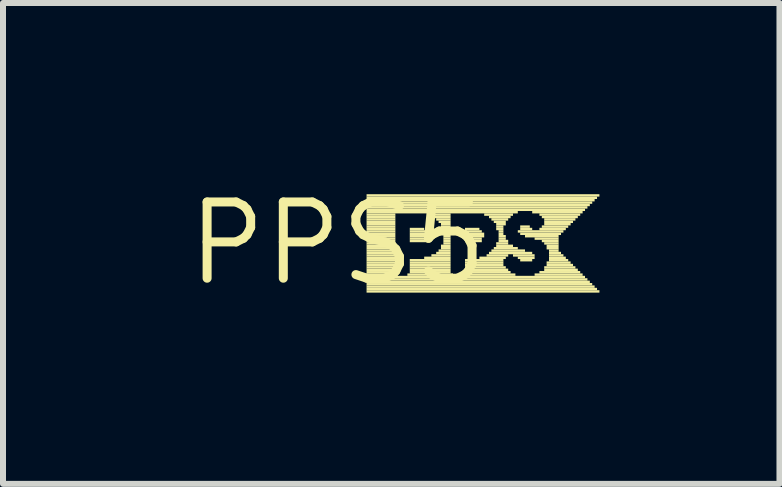
<source format=kicad_pcb>
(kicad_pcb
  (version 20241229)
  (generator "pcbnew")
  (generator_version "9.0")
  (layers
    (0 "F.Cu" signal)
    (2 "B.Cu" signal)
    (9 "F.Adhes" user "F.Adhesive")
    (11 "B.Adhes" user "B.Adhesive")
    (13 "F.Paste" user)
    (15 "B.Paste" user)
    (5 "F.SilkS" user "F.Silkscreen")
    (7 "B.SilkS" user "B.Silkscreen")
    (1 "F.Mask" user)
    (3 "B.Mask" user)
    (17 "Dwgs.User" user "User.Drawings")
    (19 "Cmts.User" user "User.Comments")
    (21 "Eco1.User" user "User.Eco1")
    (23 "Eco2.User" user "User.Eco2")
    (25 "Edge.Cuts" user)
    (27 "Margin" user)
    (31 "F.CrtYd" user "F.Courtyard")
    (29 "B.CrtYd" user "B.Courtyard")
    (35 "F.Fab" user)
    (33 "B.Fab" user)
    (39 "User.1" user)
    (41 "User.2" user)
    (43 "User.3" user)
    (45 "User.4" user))
  (footprint "PPS5"
    (layer "F.Cu")
    (at 2.578 1.006)
    (property "Reference" "PPS5" (at 0 0 0) (layer "F.SilkS") (effects (font (size 1.27 1.27) (thickness 0.15))))
    (fp_poly (pts (xy 0.48 -0.78) (xy 4.36 -0.78) (xy 4.36 -0.82) (xy 0.48 -0.82)) (stroke (width 0) (type solid)) (fill yes) (layer "F.SilkS"))
    (fp_poly (pts (xy 0.48 -0.74) (xy 4.32 -0.74) (xy 4.32 -0.78) (xy 0.48 -0.78)) (stroke (width 0) (type solid)) (fill yes) (layer "F.SilkS"))
    (fp_poly (pts (xy 0.48 -0.7) (xy 4.28 -0.7) (xy 4.28 -0.74) (xy 0.48 -0.74)) (stroke (width 0) (type solid)) (fill yes) (layer "F.SilkS"))
    (fp_poly (pts (xy 0.48 -0.66) (xy 4.24 -0.66) (xy 4.24 -0.7) (xy 0.48 -0.7)) (stroke (width 0) (type solid)) (fill yes) (layer "F.SilkS"))
    (fp_poly (pts (xy 0.48 -0.62) (xy 4.2 -0.62) (xy 4.2 -0.66) (xy 0.48 -0.66)) (stroke (width 0) (type solid)) (fill yes) (layer "F.SilkS"))
    (fp_poly (pts (xy 0.48 -0.58) (xy 4.16 -0.58) (xy 4.16 -0.62) (xy 0.48 -0.62)) (stroke (width 0) (type solid)) (fill yes) (layer "F.SilkS"))
    (fp_poly (pts (xy 0.48 -0.54) (xy 4.12 -0.54) (xy 4.12 -0.58) (xy 0.48 -0.58)) (stroke (width 0) (type solid)) (fill yes) (layer "F.SilkS"))
    (fp_poly (pts (xy 0.48 -0.5) (xy 3 -0.5) (xy 3 -0.54) (xy 0.48 -0.54)) (stroke (width 0) (type solid)) (fill yes) (layer "F.SilkS"))
    (fp_poly (pts (xy 0.48 -0.46) (xy 0.96 -0.46) (xy 0.96 -0.5) (xy 0.48 -0.5)) (stroke (width 0) (type solid)) (fill yes) (layer "F.SilkS"))
    (fp_poly (pts (xy 0.48 -0.42) (xy 0.96 -0.42) (xy 0.96 -0.46) (xy 0.48 -0.46)) (stroke (width 0) (type solid)) (fill yes) (layer "F.SilkS"))
    (fp_poly (pts (xy 0.48 -0.38) (xy 0.96 -0.38) (xy 0.96 -0.42) (xy 0.48 -0.42)) (stroke (width 0) (type solid)) (fill yes) (layer "F.SilkS"))
    (fp_poly (pts (xy 0.48 -0.34) (xy 0.96 -0.34) (xy 0.96 -0.38) (xy 0.48 -0.38)) (stroke (width 0) (type solid)) (fill yes) (layer "F.SilkS"))
    (fp_poly (pts (xy 0.48 -0.3) (xy 0.96 -0.3) (xy 0.96 -0.34) (xy 0.48 -0.34)) (stroke (width 0) (type solid)) (fill yes) (layer "F.SilkS"))
    (fp_poly (pts (xy 0.48 -0.26) (xy 0.96 -0.26) (xy 0.96 -0.3) (xy 0.48 -0.3)) (stroke (width 0) (type solid)) (fill yes) (layer "F.SilkS"))
    (fp_poly (pts (xy 0.48 -0.22) (xy 0.96 -0.22) (xy 0.96 -0.26) (xy 0.48 -0.26)) (stroke (width 0) (type solid)) (fill yes) (layer "F.SilkS"))
    (fp_poly (pts (xy 0.48 -0.18) (xy 0.96 -0.18) (xy 0.96 -0.22) (xy 0.48 -0.22)) (stroke (width 0) (type solid)) (fill yes) (layer "F.SilkS"))
    (fp_poly (pts (xy 0.48 -0.14) (xy 0.96 -0.14) (xy 0.96 -0.18) (xy 0.48 -0.18)) (stroke (width 0) (type solid)) (fill yes) (layer "F.SilkS"))
    (fp_poly (pts (xy 0.48 -0.1) (xy 0.96 -0.1) (xy 0.96 -0.14) (xy 0.48 -0.14)) (stroke (width 0) (type solid)) (fill yes) (layer "F.SilkS"))
    (fp_poly (pts (xy 0.48 -0.06) (xy 0.96 -0.06) (xy 0.96 -0.1) (xy 0.48 -0.1)) (stroke (width 0) (type solid)) (fill yes) (layer "F.SilkS"))
    (fp_poly (pts (xy 0.48 -0.02) (xy 0.96 -0.02) (xy 0.96 -0.06) (xy 0.48 -0.06)) (stroke (width 0) (type solid)) (fill yes) (layer "F.SilkS"))
    (fp_poly (pts (xy 0.48 0.02) (xy 0.96 0.02) (xy 0.96 -0.02) (xy 0.48 -0.02)) (stroke (width 0) (type solid)) (fill yes) (layer "F.SilkS"))
    (fp_poly (pts (xy 0.48 0.06) (xy 0.96 0.06) (xy 0.96 0.02) (xy 0.48 0.02)) (stroke (width 0) (type solid)) (fill yes) (layer "F.SilkS"))
    (fp_poly (pts (xy 0.48 0.1) (xy 0.96 0.1) (xy 0.96 0.06) (xy 0.48 0.06)) (stroke (width 0) (type solid)) (fill yes) (layer "F.SilkS"))
    (fp_poly (pts (xy 0.48 0.14) (xy 0.96 0.14) (xy 0.96 0.1) (xy 0.48 0.1)) (stroke (width 0) (type solid)) (fill yes) (layer "F.SilkS"))
    (fp_poly (pts (xy 0.48 0.18) (xy 0.96 0.18) (xy 0.96 0.14) (xy 0.48 0.14)) (stroke (width 0) (type solid)) (fill yes) (layer "F.SilkS"))
    (fp_poly (pts (xy 0.48 0.22) (xy 0.96 0.22) (xy 0.96 0.18) (xy 0.48 0.18)) (stroke (width 0) (type solid)) (fill yes) (layer "F.SilkS"))
    (fp_poly (pts (xy 0.48 0.26) (xy 0.96 0.26) (xy 0.96 0.22) (xy 0.48 0.22)) (stroke (width 0) (type solid)) (fill yes) (layer "F.SilkS"))
    (fp_poly (pts (xy 0.48 0.3) (xy 0.96 0.3) (xy 0.96 0.26) (xy 0.48 0.26)) (stroke (width 0) (type solid)) (fill yes) (layer "F.SilkS"))
    (fp_poly (pts (xy 0.48 0.34) (xy 0.96 0.34) (xy 0.96 0.3) (xy 0.48 0.3)) (stroke (width 0) (type solid)) (fill yes) (layer "F.SilkS"))
    (fp_poly (pts (xy 0.48 0.38) (xy 0.96 0.38) (xy 0.96 0.34) (xy 0.48 0.34)) (stroke (width 0) (type solid)) (fill yes) (layer "F.SilkS"))
    (fp_poly (pts (xy 0.48 0.42) (xy 0.96 0.42) (xy 0.96 0.38) (xy 0.48 0.38)) (stroke (width 0) (type solid)) (fill yes) (layer "F.SilkS"))
    (fp_poly (pts (xy 0.48 0.46) (xy 0.96 0.46) (xy 0.96 0.42) (xy 0.48 0.42)) (stroke (width 0) (type solid)) (fill yes) (layer "F.SilkS"))
    (fp_poly (pts (xy 0.48 0.5) (xy 0.96 0.5) (xy 0.96 0.46) (xy 0.48 0.46)) (stroke (width 0) (type solid)) (fill yes) (layer "F.SilkS"))
    (fp_poly (pts (xy 0.48 0.54) (xy 1 0.54) (xy 1 0.5) (xy 0.48 0.5)) (stroke (width 0) (type solid)) (fill yes) (layer "F.SilkS"))
    (fp_poly (pts (xy 0.48 0.58) (xy 4.12 0.58) (xy 4.12 0.54) (xy 0.48 0.54)) (stroke (width 0) (type solid)) (fill yes) (layer "F.SilkS"))
    (fp_poly (pts (xy 0.48 0.62) (xy 4.16 0.62) (xy 4.16 0.58) (xy 0.48 0.58)) (stroke (width 0) (type solid)) (fill yes) (layer "F.SilkS"))
    (fp_poly (pts (xy 0.48 0.66) (xy 4.2 0.66) (xy 4.2 0.62) (xy 0.48 0.62)) (stroke (width 0) (type solid)) (fill yes) (layer "F.SilkS"))
    (fp_poly (pts (xy 0.48 0.7) (xy 4.24 0.7) (xy 4.24 0.66) (xy 0.48 0.66)) (stroke (width 0) (type solid)) (fill yes) (layer "F.SilkS"))
    (fp_poly (pts (xy 0.48 0.74) (xy 4.28 0.74) (xy 4.28 0.7) (xy 0.48 0.7)) (stroke (width 0) (type solid)) (fill yes) (layer "F.SilkS"))
    (fp_poly (pts (xy 0.48 0.78) (xy 4.32 0.78) (xy 4.32 0.74) (xy 0.48 0.74)) (stroke (width 0) (type solid)) (fill yes) (layer "F.SilkS"))
    (fp_poly (pts (xy 0.48 0.82) (xy 4.36 0.82) (xy 4.36 0.78) (xy 0.48 0.78)) (stroke (width 0) (type solid)) (fill yes) (layer "F.SilkS"))
    (fp_poly (pts (xy 1.16 0.54) (xy 1.92 0.54) (xy 1.92 0.5) (xy 1.16 0.5)) (stroke (width 0) (type solid)) (fill yes) (layer "F.SilkS"))
    (fp_poly (pts (xy 1.2 -0.22) (xy 1.44 -0.22) (xy 1.44 -0.26) (xy 1.2 -0.26)) (stroke (width 0) (type solid)) (fill yes) (layer "F.SilkS"))
    (fp_poly (pts (xy 1.2 -0.18) (xy 1.52 -0.18) (xy 1.52 -0.22) (xy 1.2 -0.22)) (stroke (width 0) (type solid)) (fill yes) (layer "F.SilkS"))
    (fp_poly (pts (xy 1.2 -0.14) (xy 1.52 -0.14) (xy 1.52 -0.18) (xy 1.2 -0.18)) (stroke (width 0) (type solid)) (fill yes) (layer "F.SilkS"))
    (fp_poly (pts (xy 1.2 -0.1) (xy 1.52 -0.1) (xy 1.52 -0.14) (xy 1.2 -0.14)) (stroke (width 0) (type solid)) (fill yes) (layer "F.SilkS"))
    (fp_poly (pts (xy 1.2 -0.06) (xy 1.52 -0.06) (xy 1.52 -0.1) (xy 1.2 -0.1)) (stroke (width 0) (type solid)) (fill yes) (layer "F.SilkS"))
    (fp_poly (pts (xy 1.2 -0.02) (xy 1.48 -0.02) (xy 1.48 -0.06) (xy 1.2 -0.06)) (stroke (width 0) (type solid)) (fill yes) (layer "F.SilkS"))
    (fp_poly (pts (xy 1.2 0.3) (xy 1.88 0.3) (xy 1.88 0.26) (xy 1.2 0.26)) (stroke (width 0) (type solid)) (fill yes) (layer "F.SilkS"))
    (fp_poly (pts (xy 1.2 0.34) (xy 1.88 0.34) (xy 1.88 0.3) (xy 1.2 0.3)) (stroke (width 0) (type solid)) (fill yes) (layer "F.SilkS"))
    (fp_poly (pts (xy 1.2 0.38) (xy 1.88 0.38) (xy 1.88 0.34) (xy 1.2 0.34)) (stroke (width 0) (type solid)) (fill yes) (layer "F.SilkS"))
    (fp_poly (pts (xy 1.2 0.42) (xy 1.88 0.42) (xy 1.88 0.38) (xy 1.2 0.38)) (stroke (width 0) (type solid)) (fill yes) (layer "F.SilkS"))
    (fp_poly (pts (xy 1.2 0.46) (xy 1.88 0.46) (xy 1.88 0.42) (xy 1.2 0.42)) (stroke (width 0) (type solid)) (fill yes) (layer "F.SilkS"))
    (fp_poly (pts (xy 1.2 0.5) (xy 1.88 0.5) (xy 1.88 0.46) (xy 1.2 0.46)) (stroke (width 0) (type solid)) (fill yes) (layer "F.SilkS"))
    (fp_poly (pts (xy 1.44 0.26) (xy 1.88 0.26) (xy 1.88 0.22) (xy 1.44 0.22)) (stroke (width 0) (type solid)) (fill yes) (layer "F.SilkS"))
    (fp_poly (pts (xy 1.52 -0.46) (xy 1.88 -0.46) (xy 1.88 -0.5) (xy 1.52 -0.5)) (stroke (width 0) (type solid)) (fill yes) (layer "F.SilkS"))
    (fp_poly (pts (xy 1.56 0.22) (xy 1.88 0.22) (xy 1.88 0.18) (xy 1.56 0.18)) (stroke (width 0) (type solid)) (fill yes) (layer "F.SilkS"))
    (fp_poly (pts (xy 1.6 -0.42) (xy 1.88 -0.42) (xy 1.88 -0.46) (xy 1.6 -0.46)) (stroke (width 0) (type solid)) (fill yes) (layer "F.SilkS"))
    (fp_poly (pts (xy 1.64 -0.38) (xy 1.88 -0.38) (xy 1.88 -0.42) (xy 1.64 -0.42)) (stroke (width 0) (type solid)) (fill yes) (layer "F.SilkS"))
    (fp_poly (pts (xy 1.64 0.18) (xy 1.88 0.18) (xy 1.88 0.14) (xy 1.64 0.14)) (stroke (width 0) (type solid)) (fill yes) (layer "F.SilkS"))
    (fp_poly (pts (xy 1.68 -0.34) (xy 1.88 -0.34) (xy 1.88 -0.38) (xy 1.68 -0.38)) (stroke (width 0) (type solid)) (fill yes) (layer "F.SilkS"))
    (fp_poly (pts (xy 1.68 0.14) (xy 1.88 0.14) (xy 1.88 0.1) (xy 1.68 0.1)) (stroke (width 0) (type solid)) (fill yes) (layer "F.SilkS"))
    (fp_poly (pts (xy 1.72 -0.3) (xy 1.88 -0.3) (xy 1.88 -0.34) (xy 1.72 -0.34)) (stroke (width 0) (type solid)) (fill yes) (layer "F.SilkS"))
    (fp_poly (pts (xy 1.72 -0.26) (xy 1.88 -0.26) (xy 1.88 -0.3) (xy 1.72 -0.3)) (stroke (width 0) (type solid)) (fill yes) (layer "F.SilkS"))
    (fp_poly (pts (xy 1.72 0.06) (xy 1.88 0.06) (xy 1.88 0.02) (xy 1.72 0.02)) (stroke (width 0) (type solid)) (fill yes) (layer "F.SilkS"))
    (fp_poly (pts (xy 1.72 0.1) (xy 1.88 0.1) (xy 1.88 0.06) (xy 1.72 0.06)) (stroke (width 0) (type solid)) (fill yes) (layer "F.SilkS"))
    (fp_poly (pts (xy 1.76 -0.22) (xy 1.88 -0.22) (xy 1.88 -0.26) (xy 1.76 -0.26)) (stroke (width 0) (type solid)) (fill yes) (layer "F.SilkS"))
    (fp_poly (pts (xy 1.76 -0.18) (xy 1.88 -0.18) (xy 1.88 -0.22) (xy 1.76 -0.22)) (stroke (width 0) (type solid)) (fill yes) (layer "F.SilkS"))
    (fp_poly (pts (xy 1.76 -0.14) (xy 1.88 -0.14) (xy 1.88 -0.18) (xy 1.76 -0.18)) (stroke (width 0) (type solid)) (fill yes) (layer "F.SilkS"))
    (fp_poly (pts (xy 1.76 -0.1) (xy 1.88 -0.1) (xy 1.88 -0.14) (xy 1.76 -0.14)) (stroke (width 0) (type solid)) (fill yes) (layer "F.SilkS"))
    (fp_poly (pts (xy 1.76 -0.06) (xy 1.88 -0.06) (xy 1.88 -0.1) (xy 1.76 -0.1)) (stroke (width 0) (type solid)) (fill yes) (layer "F.SilkS"))
    (fp_poly (pts (xy 1.76 -0.02) (xy 1.88 -0.02) (xy 1.88 -0.06) (xy 1.76 -0.06)) (stroke (width 0) (type solid)) (fill yes) (layer "F.SilkS"))
    (fp_poly (pts (xy 1.76 0.02) (xy 1.88 0.02) (xy 1.88 -0.02) (xy 1.76 -0.02)) (stroke (width 0) (type solid)) (fill yes) (layer "F.SilkS"))
    (fp_poly (pts (xy 2.08 0.54) (xy 2.96 0.54) (xy 2.96 0.5) (xy 2.08 0.5)) (stroke (width 0) (type solid)) (fill yes) (layer "F.SilkS"))
    (fp_poly (pts (xy 2.12 -0.22) (xy 2.36 -0.22) (xy 2.36 -0.26) (xy 2.12 -0.26)) (stroke (width 0) (type solid)) (fill yes) (layer "F.SilkS"))
    (fp_poly (pts (xy 2.12 -0.18) (xy 2.4 -0.18) (xy 2.4 -0.22) (xy 2.12 -0.22)) (stroke (width 0) (type solid)) (fill yes) (layer "F.SilkS"))
    (fp_poly (pts (xy 2.12 -0.14) (xy 2.44 -0.14) (xy 2.44 -0.18) (xy 2.12 -0.18)) (stroke (width 0) (type solid)) (fill yes) (layer "F.SilkS"))
    (fp_poly (pts (xy 2.12 -0.1) (xy 2.44 -0.1) (xy 2.44 -0.14) (xy 2.12 -0.14)) (stroke (width 0) (type solid)) (fill yes) (layer "F.SilkS"))
    (fp_poly (pts (xy 2.12 -0.06) (xy 2.4 -0.06) (xy 2.4 -0.1) (xy 2.12 -0.1)) (stroke (width 0) (type solid)) (fill yes) (layer "F.SilkS"))
    (fp_poly (pts (xy 2.12 -0.02) (xy 2.4 -0.02) (xy 2.4 -0.06) (xy 2.12 -0.06)) (stroke (width 0) (type solid)) (fill yes) (layer "F.SilkS"))
    (fp_poly (pts (xy 2.12 0.3) (xy 2.76 0.3) (xy 2.76 0.26) (xy 2.12 0.26)) (stroke (width 0) (type solid)) (fill yes) (layer "F.SilkS"))
    (fp_poly (pts (xy 2.12 0.34) (xy 2.76 0.34) (xy 2.76 0.3) (xy 2.12 0.3)) (stroke (width 0) (type solid)) (fill yes) (layer "F.SilkS"))
    (fp_poly (pts (xy 2.12 0.38) (xy 2.76 0.38) (xy 2.76 0.34) (xy 2.12 0.34)) (stroke (width 0) (type solid)) (fill yes) (layer "F.SilkS"))
    (fp_poly (pts (xy 2.12 0.42) (xy 2.8 0.42) (xy 2.8 0.38) (xy 2.12 0.38)) (stroke (width 0) (type solid)) (fill yes) (layer "F.SilkS"))
    (fp_poly (pts (xy 2.12 0.46) (xy 2.84 0.46) (xy 2.84 0.42) (xy 2.12 0.42)) (stroke (width 0) (type solid)) (fill yes) (layer "F.SilkS"))
    (fp_poly (pts (xy 2.12 0.5) (xy 2.88 0.5) (xy 2.88 0.46) (xy 2.12 0.46)) (stroke (width 0) (type solid)) (fill yes) (layer "F.SilkS"))
    (fp_poly (pts (xy 2.36 0.26) (xy 2.8 0.26) (xy 2.8 0.22) (xy 2.36 0.22)) (stroke (width 0) (type solid)) (fill yes) (layer "F.SilkS"))
    (fp_poly (pts (xy 2.44 -0.46) (xy 2.92 -0.46) (xy 2.92 -0.5) (xy 2.44 -0.5)) (stroke (width 0) (type solid)) (fill yes) (layer "F.SilkS"))
    (fp_poly (pts (xy 2.48 0.22) (xy 2.84 0.22) (xy 2.84 0.18) (xy 2.48 0.18)) (stroke (width 0) (type solid)) (fill yes) (layer "F.SilkS"))
    (fp_poly (pts (xy 2.52 -0.42) (xy 2.88 -0.42) (xy 2.88 -0.46) (xy 2.52 -0.46)) (stroke (width 0) (type solid)) (fill yes) (layer "F.SilkS"))
    (fp_poly (pts (xy 2.52 0.18) (xy 3.24 0.18) (xy 3.24 0.14) (xy 2.52 0.14)) (stroke (width 0) (type solid)) (fill yes) (layer "F.SilkS"))
    (fp_poly (pts (xy 2.56 -0.38) (xy 2.84 -0.38) (xy 2.84 -0.42) (xy 2.56 -0.42)) (stroke (width 0) (type solid)) (fill yes) (layer "F.SilkS"))
    (fp_poly (pts (xy 2.56 0.14) (xy 3.12 0.14) (xy 3.12 0.1) (xy 2.56 0.1)) (stroke (width 0) (type solid)) (fill yes) (layer "F.SilkS"))
    (fp_poly (pts (xy 2.6 -0.34) (xy 2.8 -0.34) (xy 2.8 -0.38) (xy 2.6 -0.38)) (stroke (width 0) (type solid)) (fill yes) (layer "F.SilkS"))
    (fp_poly (pts (xy 2.6 0.1) (xy 3 0.1) (xy 3 0.06) (xy 2.6 0.06)) (stroke (width 0) (type solid)) (fill yes) (layer "F.SilkS"))
    (fp_poly (pts (xy 2.64 -0.3) (xy 2.8 -0.3) (xy 2.8 -0.34) (xy 2.64 -0.34)) (stroke (width 0) (type solid)) (fill yes) (layer "F.SilkS"))
    (fp_poly (pts (xy 2.64 -0.26) (xy 2.76 -0.26) (xy 2.76 -0.3) (xy 2.64 -0.3)) (stroke (width 0) (type solid)) (fill yes) (layer "F.SilkS"))
    (fp_poly (pts (xy 2.64 -0.22) (xy 2.76 -0.22) (xy 2.76 -0.26) (xy 2.64 -0.26)) (stroke (width 0) (type solid)) (fill yes) (layer "F.SilkS"))
    (fp_poly (pts (xy 2.64 0.02) (xy 2.84 0.02) (xy 2.84 -0.02) (xy 2.64 -0.02)) (stroke (width 0) (type solid)) (fill yes) (layer "F.SilkS"))
    (fp_poly (pts (xy 2.64 0.06) (xy 2.92 0.06) (xy 2.92 0.02) (xy 2.64 0.02)) (stroke (width 0) (type solid)) (fill yes) (layer "F.SilkS"))
    (fp_poly (pts (xy 2.68 -0.18) (xy 2.76 -0.18) (xy 2.76 -0.22) (xy 2.68 -0.22)) (stroke (width 0) (type solid)) (fill yes) (layer "F.SilkS"))
    (fp_poly (pts (xy 2.68 -0.14) (xy 2.76 -0.14) (xy 2.76 -0.18) (xy 2.68 -0.18)) (stroke (width 0) (type solid)) (fill yes) (layer "F.SilkS"))
    (fp_poly (pts (xy 2.68 -0.1) (xy 2.8 -0.1) (xy 2.8 -0.14) (xy 2.68 -0.14)) (stroke (width 0) (type solid)) (fill yes) (layer "F.SilkS"))
    (fp_poly (pts (xy 2.68 -0.06) (xy 2.8 -0.06) (xy 2.8 -0.1) (xy 2.68 -0.1)) (stroke (width 0) (type solid)) (fill yes) (layer "F.SilkS"))
    (fp_poly (pts (xy 2.68 -0.02) (xy 2.84 -0.02) (xy 2.84 -0.06) (xy 2.68 -0.06)) (stroke (width 0) (type solid)) (fill yes) (layer "F.SilkS"))
    (fp_poly (pts (xy 2.92 0.22) (xy 3.28 0.22) (xy 3.28 0.18) (xy 2.92 0.18)) (stroke (width 0) (type solid)) (fill yes) (layer "F.SilkS"))
    (fp_poly (pts (xy 3 -0.18) (xy 3.76 -0.18) (xy 3.76 -0.22) (xy 3 -0.22)) (stroke (width 0) (type solid)) (fill yes) (layer "F.SilkS"))
    (fp_poly (pts (xy 3 0.26) (xy 3.28 0.26) (xy 3.28 0.22) (xy 3 0.22)) (stroke (width 0) (type solid)) (fill yes) (layer "F.SilkS"))
    (fp_poly (pts (xy 3.04 -0.26) (xy 3.2 -0.26) (xy 3.2 -0.3) (xy 3.04 -0.3)) (stroke (width 0) (type solid)) (fill yes) (layer "F.SilkS"))
    (fp_poly (pts (xy 3.04 -0.22) (xy 3.24 -0.22) (xy 3.24 -0.26) (xy 3.04 -0.26)) (stroke (width 0) (type solid)) (fill yes) (layer "F.SilkS"))
    (fp_poly (pts (xy 3.04 -0.14) (xy 3.72 -0.14) (xy 3.72 -0.18) (xy 3.04 -0.18)) (stroke (width 0) (type solid)) (fill yes) (layer "F.SilkS"))
    (fp_poly (pts (xy 3.04 0.3) (xy 3.24 0.3) (xy 3.24 0.26) (xy 3.04 0.26)) (stroke (width 0) (type solid)) (fill yes) (layer "F.SilkS"))
    (fp_poly (pts (xy 3.12 -0.1) (xy 3.68 -0.1) (xy 3.68 -0.14) (xy 3.12 -0.14)) (stroke (width 0) (type solid)) (fill yes) (layer "F.SilkS"))
    (fp_poly (pts (xy 3.24 -0.5) (xy 4.08 -0.5) (xy 4.08 -0.54) (xy 3.24 -0.54)) (stroke (width 0) (type solid)) (fill yes) (layer "F.SilkS"))
    (fp_poly (pts (xy 3.28 -0.06) (xy 3.68 -0.06) (xy 3.68 -0.1) (xy 3.28 -0.1)) (stroke (width 0) (type solid)) (fill yes) (layer "F.SilkS"))
    (fp_poly (pts (xy 3.28 0.54) (xy 4.08 0.54) (xy 4.08 0.5) (xy 3.28 0.5)) (stroke (width 0) (type solid)) (fill yes) (layer "F.SilkS"))
    (fp_poly (pts (xy 3.36 -0.46) (xy 4.04 -0.46) (xy 4.04 -0.5) (xy 3.36 -0.5)) (stroke (width 0) (type solid)) (fill yes) (layer "F.SilkS"))
    (fp_poly (pts (xy 3.36 -0.22) (xy 3.8 -0.22) (xy 3.8 -0.26) (xy 3.36 -0.26)) (stroke (width 0) (type solid)) (fill yes) (layer "F.SilkS"))
    (fp_poly (pts (xy 3.36 0.5) (xy 4.04 0.5) (xy 4.04 0.46) (xy 3.36 0.46)) (stroke (width 0) (type solid)) (fill yes) (layer "F.SilkS"))
    (fp_poly (pts (xy 3.4 -0.42) (xy 4 -0.42) (xy 4 -0.46) (xy 3.4 -0.46)) (stroke (width 0) (type solid)) (fill yes) (layer "F.SilkS"))
    (fp_poly (pts (xy 3.4 -0.26) (xy 3.84 -0.26) (xy 3.84 -0.3) (xy 3.4 -0.3)) (stroke (width 0) (type solid)) (fill yes) (layer "F.SilkS"))
    (fp_poly (pts (xy 3.4 -0.02) (xy 3.68 -0.02) (xy 3.68 -0.06) (xy 3.4 -0.06)) (stroke (width 0) (type solid)) (fill yes) (layer "F.SilkS"))
    (fp_poly (pts (xy 3.44 -0.38) (xy 3.96 -0.38) (xy 3.96 -0.42) (xy 3.44 -0.42)) (stroke (width 0) (type solid)) (fill yes) (layer "F.SilkS"))
    (fp_poly (pts (xy 3.44 -0.34) (xy 3.92 -0.34) (xy 3.92 -0.38) (xy 3.44 -0.38)) (stroke (width 0) (type solid)) (fill yes) (layer "F.SilkS"))
    (fp_poly (pts (xy 3.44 -0.3) (xy 3.88 -0.3) (xy 3.88 -0.34) (xy 3.44 -0.34)) (stroke (width 0) (type solid)) (fill yes) (layer "F.SilkS"))
    (fp_poly (pts (xy 3.44 0.02) (xy 3.68 0.02) (xy 3.68 -0.02) (xy 3.44 -0.02)) (stroke (width 0) (type solid)) (fill yes) (layer "F.SilkS"))
    (fp_poly (pts (xy 3.44 0.42) (xy 3.96 0.42) (xy 3.96 0.38) (xy 3.44 0.38)) (stroke (width 0) (type solid)) (fill yes) (layer "F.SilkS"))
    (fp_poly (pts (xy 3.44 0.46) (xy 4 0.46) (xy 4 0.42) (xy 3.44 0.42)) (stroke (width 0) (type solid)) (fill yes) (layer "F.SilkS"))
    (fp_poly (pts (xy 3.48 0.06) (xy 3.68 0.06) (xy 3.68 0.02) (xy 3.48 0.02)) (stroke (width 0) (type solid)) (fill yes) (layer "F.SilkS"))
    (fp_poly (pts (xy 3.48 0.1) (xy 3.68 0.1) (xy 3.68 0.06) (xy 3.48 0.06)) (stroke (width 0) (type solid)) (fill yes) (layer "F.SilkS"))
    (fp_poly (pts (xy 3.48 0.34) (xy 3.88 0.34) (xy 3.88 0.3) (xy 3.48 0.3)) (stroke (width 0) (type solid)) (fill yes) (layer "F.SilkS"))
    (fp_poly (pts (xy 3.48 0.38) (xy 3.92 0.38) (xy 3.92 0.34) (xy 3.48 0.34)) (stroke (width 0) (type solid)) (fill yes) (layer "F.SilkS"))
    (fp_poly (pts (xy 3.52 0.14) (xy 3.68 0.14) (xy 3.68 0.1) (xy 3.52 0.1)) (stroke (width 0) (type solid)) (fill yes) (layer "F.SilkS"))
    (fp_poly (pts (xy 3.52 0.18) (xy 3.72 0.18) (xy 3.72 0.14) (xy 3.52 0.14)) (stroke (width 0) (type solid)) (fill yes) (layer "F.SilkS"))
    (fp_poly (pts (xy 3.52 0.22) (xy 3.76 0.22) (xy 3.76 0.18) (xy 3.52 0.18)) (stroke (width 0) (type solid)) (fill yes) (layer "F.SilkS"))
    (fp_poly (pts (xy 3.52 0.26) (xy 3.8 0.26) (xy 3.8 0.22) (xy 3.52 0.22)) (stroke (width 0) (type solid)) (fill yes) (layer "F.SilkS"))
    (fp_poly (pts (xy 3.52 0.3) (xy 3.84 0.3) (xy 3.84 0.26) (xy 3.52 0.26)) (stroke (width 0) (type solid)) (fill yes) (layer "F.SilkS")))
  (gr_rect
    (start -3 -3)
    (end 9.938 5.012)
    (stroke (width 0.1) (type default))
    (fill no)
    (layer "Edge.Cuts")))
</source>
